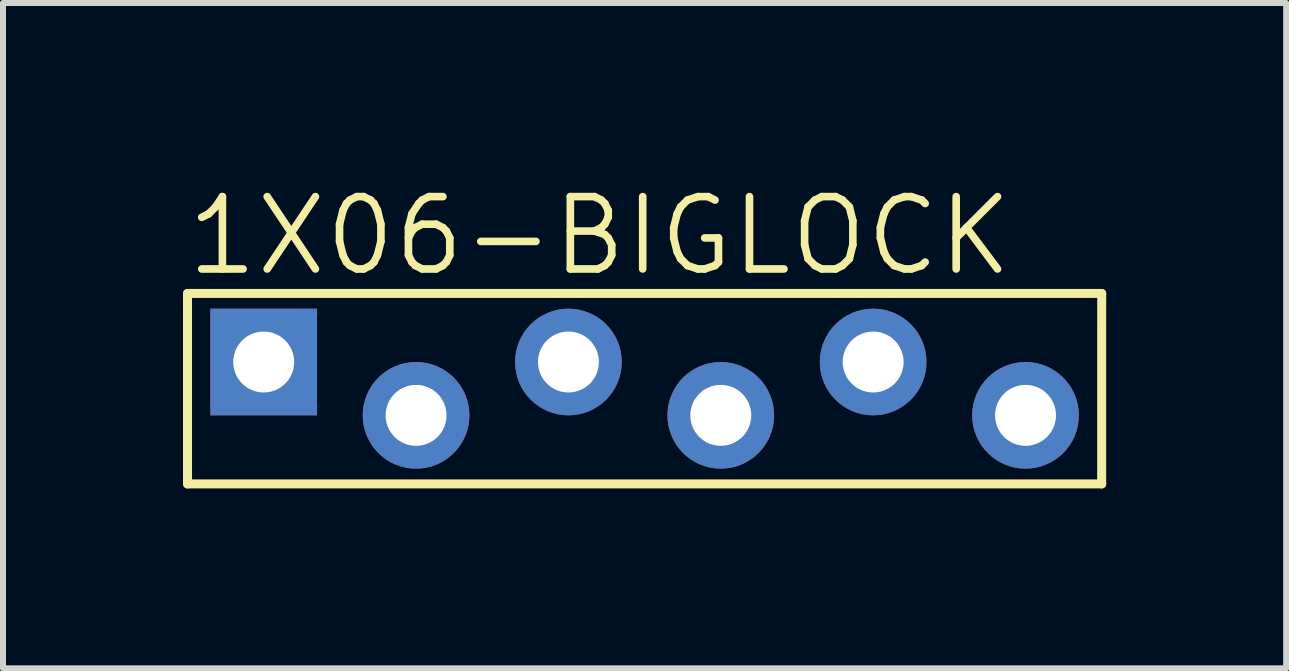
<source format=kicad_pcb>
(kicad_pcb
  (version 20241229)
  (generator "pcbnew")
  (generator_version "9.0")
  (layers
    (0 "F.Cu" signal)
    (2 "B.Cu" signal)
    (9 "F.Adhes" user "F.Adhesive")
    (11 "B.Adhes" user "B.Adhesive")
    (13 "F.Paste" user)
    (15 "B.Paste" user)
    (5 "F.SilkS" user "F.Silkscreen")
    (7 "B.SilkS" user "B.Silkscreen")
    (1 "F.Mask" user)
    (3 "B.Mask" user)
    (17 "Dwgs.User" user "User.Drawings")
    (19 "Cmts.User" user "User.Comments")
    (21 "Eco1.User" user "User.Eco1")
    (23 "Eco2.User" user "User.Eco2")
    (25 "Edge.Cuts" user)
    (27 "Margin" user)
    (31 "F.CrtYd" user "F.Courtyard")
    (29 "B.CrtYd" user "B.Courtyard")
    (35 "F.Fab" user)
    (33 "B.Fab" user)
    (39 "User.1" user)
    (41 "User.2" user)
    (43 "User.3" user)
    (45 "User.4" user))
  (footprint "1X06-BIGLOCK"
    (layer "F.Cu")
    (at 7.696 3.747)
    (property "Reference" "1X06-BIGLOCK" (at -7.696 -2.159 0) (layer "F.SilkS") (effects (font (size 1.206 1.206) (thickness 0.127)) (justify left bottom)))
    (attr through_hole)
    (fp_line (start -7.62 -1.905) (end -7.62 1.27) (stroke (width 0.15) (type solid)) (layer "F.SilkS"))
    (fp_line (start -7.62 1.27) (end -7.62 -1.27) (stroke (width 0.127) (type solid)) (layer "F.SilkS"))
    (fp_line (start -7.62 1.27) (end 7.62 1.27) (stroke (width 0.15) (type solid)) (layer "F.SilkS"))
    (fp_line (start 7.62 -1.905) (end -7.62 -1.905) (stroke (width 0.15) (type solid)) (layer "F.SilkS"))
    (fp_line (start 7.62 -1.27) (end 7.62 1.27) (stroke (width 0.127) (type solid)) (layer "F.SilkS"))
    (fp_line (start 7.62 1.27) (end -7.62 1.27) (stroke (width 0.127) (type solid)) (layer "F.SilkS"))
    (fp_line (start 7.62 1.27) (end 7.62 -1.905) (stroke (width 0.15) (type solid)) (layer "F.SilkS"))
    (fp_poly (pts (xy -4.064 0.254) (xy -3.556 0.254) (xy -3.556 -0.254) (xy -4.064 -0.254)) (stroke (width 0.1) (type solid)) (fill no) (layer "F.Fab"))
    (fp_poly (pts (xy 1.016 0.254) (xy 1.524 0.254) (xy 1.524 -0.254) (xy 1.016 -0.254)) (stroke (width 0.1) (type solid)) (fill no) (layer "F.Fab"))
    (fp_poly (pts (xy 6.096 0.254) (xy 6.604 0.254) (xy 6.604 -0.254) (xy 6.096 -0.254)) (stroke (width 0.1) (type solid)) (fill no) (layer "F.Fab"))
    (pad "1" thru_hole rect (at -6.35 -0.762 90) (size 1.778 1.778) (drill 1.016) (layers "*.Cu" "*.Mask"))
    (pad "2" thru_hole circle (at -3.81 0.127 90) (size 1.778 1.778) (drill 1.016) (layers "*.Cu" "*.Mask"))
    (pad "3" thru_hole circle (at -1.27 -0.762 90) (size 1.778 1.778) (drill 1.016) (layers "*.Cu" "*.Mask"))
    (pad "4" thru_hole circle (at 1.27 0.127 90) (size 1.778 1.778) (drill 1.016) (layers "*.Cu" "*.Mask"))
    (pad "5" thru_hole circle (at 3.81 -0.762 90) (size 1.778 1.778) (drill 1.016) (layers "*.Cu" "*.Mask"))
    (pad "6" thru_hole circle (at 6.35 0.127 90) (size 1.778 1.778) (drill 1.016) (layers "*.Cu" "*.Mask")))
  (gr_rect
    (start -3 -3)
    (end 18.391 8.091)
    (stroke (width 0.1) (type default))
    (fill no)
    (layer "Edge.Cuts")))
</source>
